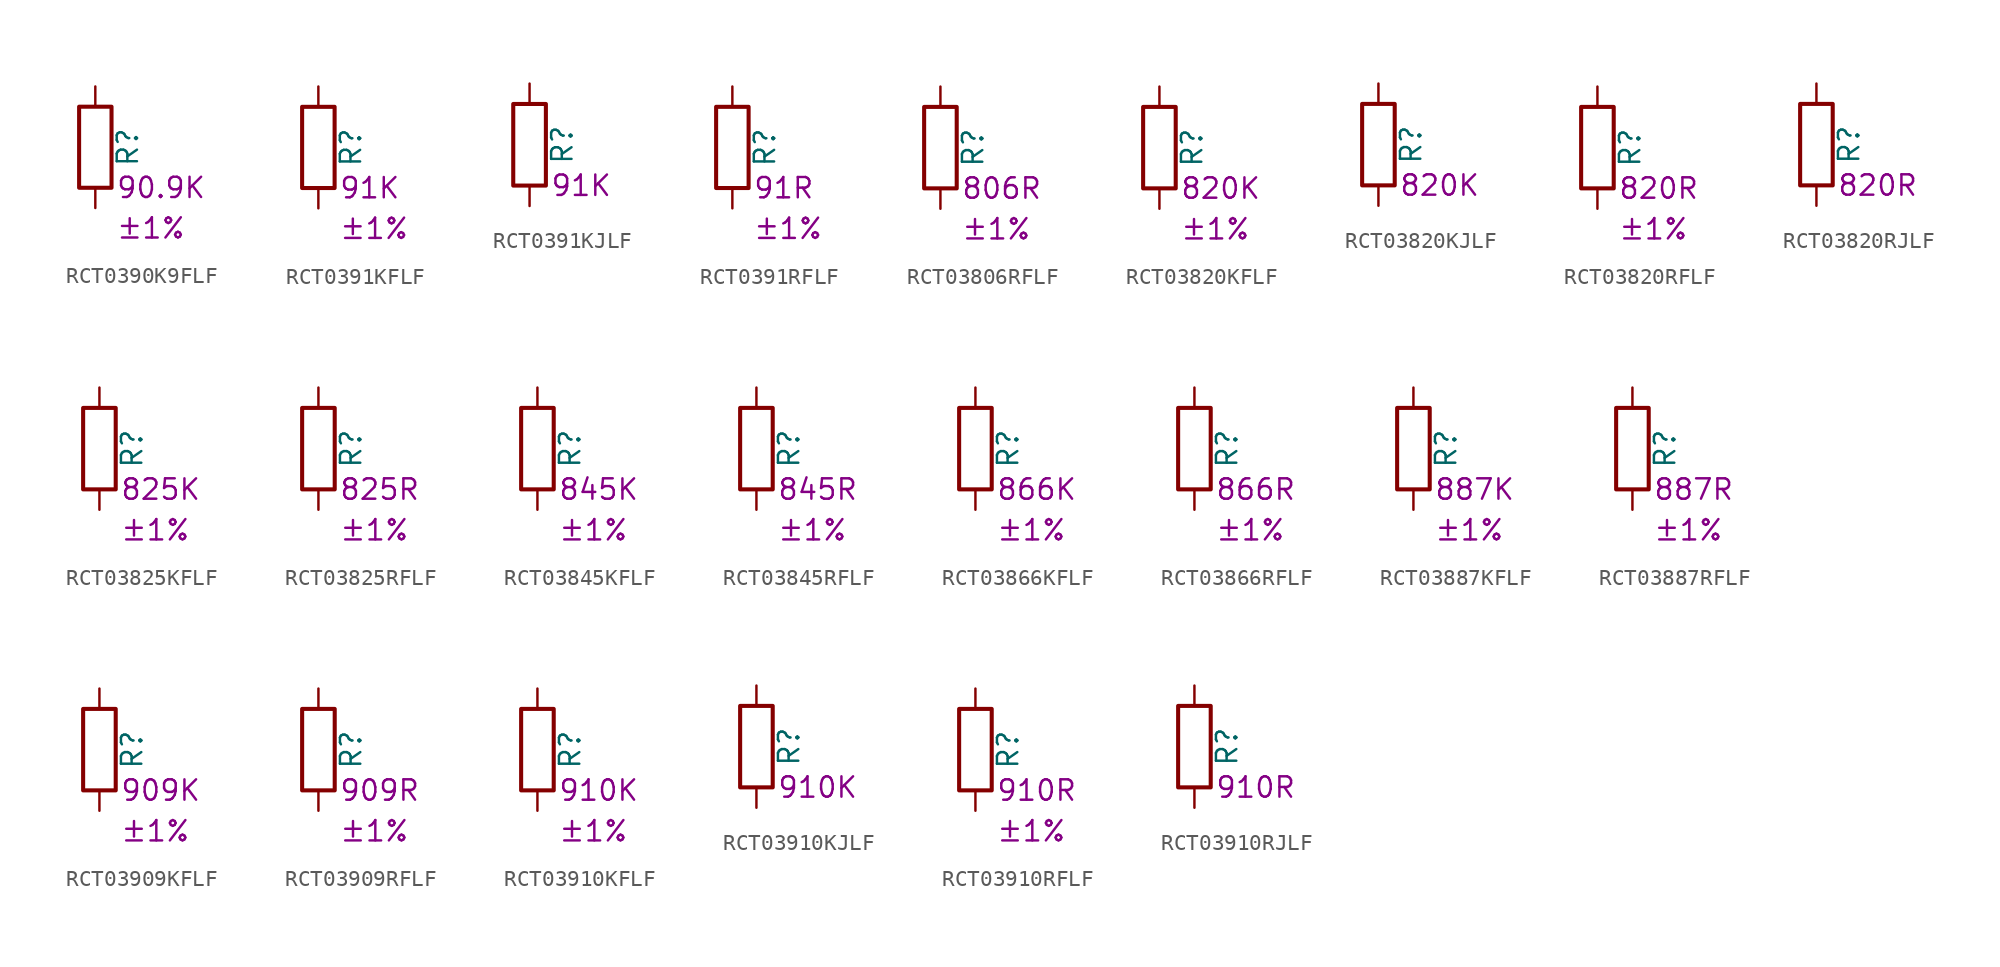
<source format=kicad_sym>
(kicad_symbol_lib
  (version 20220914)
  (generator kicad_symbol_editor)
  (symbol "RCT0390K9FLF"
    (pin_numbers hide)
    (pin_names
      (offset 0))
    (property "Reference" "R"
      (at 2.032 0 90)
      (effects (font (size 1.27 1.27))))
    (property "Resistance" "90.9K"
      (at 1.27 -2.54 0)
      (effects (font (size 1.27 1.27)) (justify left)))
    (property "Tolerance" "±1%"
      (at 1.27 -5.08 0)
      (effects (font (size 1.27 1.27)) (justify left)))
    (symbol "RCT0390K9FLF_0_1"
      (rectangle (start -1.016 -2.54) (end 1.016 2.54) (stroke (width 0.254) (type default)) (fill (type none))))
    (symbol "RCT0390K9FLF_1_1"
      (pin passive line (at 0 3.81 270) (length 1.27) (name "~" (effects (font (size 1.27 1.27)))) (number "1" (effects (font (size 1.27 1.27)))))
      (pin passive line (at 0 -3.81 90) (length 1.27) (name "~" (effects (font (size 1.27 1.27)))) (number "2" (effects (font (size 1.27 1.27)))))))
  (symbol "RCT0391KFLF"
    (pin_numbers hide)
    (pin_names
      (offset 0))
    (property "Reference" "R"
      (at 2.032 0 90)
      (effects (font (size 1.27 1.27))))
    (property "Resistance" "91K"
      (at 1.27 -2.54 0)
      (effects (font (size 1.27 1.27)) (justify left)))
    (property "Tolerance" "±1%"
      (at 1.27 -5.08 0)
      (effects (font (size 1.27 1.27)) (justify left)))
    (symbol "RCT0391KFLF_0_1"
      (rectangle (start -1.016 -2.54) (end 1.016 2.54) (stroke (width 0.254) (type default)) (fill (type none))))
    (symbol "RCT0391KFLF_1_1"
      (pin passive line (at 0 3.81 270) (length 1.27) (name "~" (effects (font (size 1.27 1.27)))) (number "1" (effects (font (size 1.27 1.27)))))
      (pin passive line (at 0 -3.81 90) (length 1.27) (name "~" (effects (font (size 1.27 1.27)))) (number "2" (effects (font (size 1.27 1.27)))))))
  (symbol "RCT0391KJLF"
    (pin_numbers hide)
    (pin_names
      (offset 0))
    (property "Reference" "R"
      (at 2.032 0 90)
      (effects (font (size 1.27 1.27))))
    (property "Resistance" "91K"
      (at 1.27 -2.54 0)
      (effects (font (size 1.27 1.27)) (justify left)))
    (symbol "RCT0391KJLF_0_1"
      (rectangle (start -1.016 -2.54) (end 1.016 2.54) (stroke (width 0.254) (type default)) (fill (type none))))
    (symbol "RCT0391KJLF_1_1"
      (pin passive line (at 0 3.81 270) (length 1.27) (name "~" (effects (font (size 1.27 1.27)))) (number "1" (effects (font (size 1.27 1.27)))))
      (pin passive line (at 0 -3.81 90) (length 1.27) (name "~" (effects (font (size 1.27 1.27)))) (number "2" (effects (font (size 1.27 1.27)))))))
  (symbol "RCT0391RFLF"
    (pin_numbers hide)
    (pin_names
      (offset 0))
    (property "Reference" "R"
      (at 2.032 0 90)
      (effects (font (size 1.27 1.27))))
    (property "Resistance" "91R"
      (at 1.27 -2.54 0)
      (effects (font (size 1.27 1.27)) (justify left)))
    (property "Tolerance" "±1%"
      (at 1.27 -5.08 0)
      (effects (font (size 1.27 1.27)) (justify left)))
    (symbol "RCT0391RFLF_0_1"
      (rectangle (start -1.016 -2.54) (end 1.016 2.54) (stroke (width 0.254) (type default)) (fill (type none))))
    (symbol "RCT0391RFLF_1_1"
      (pin passive line (at 0 3.81 270) (length 1.27) (name "~" (effects (font (size 1.27 1.27)))) (number "1" (effects (font (size 1.27 1.27)))))
      (pin passive line (at 0 -3.81 90) (length 1.27) (name "~" (effects (font (size 1.27 1.27)))) (number "2" (effects (font (size 1.27 1.27)))))))
  (symbol "RCT03806RFLF"
    (pin_numbers hide)
    (pin_names
      (offset 0))
    (property "Reference" "R"
      (at 2.032 0 90)
      (effects (font (size 1.27 1.27))))
    (property "Resistance" "806R"
      (at 1.27 -2.54 0)
      (effects (font (size 1.27 1.27)) (justify left)))
    (property "Tolerance" "±1%"
      (at 1.27 -5.08 0)
      (effects (font (size 1.27 1.27)) (justify left)))
    (symbol "RCT03806RFLF_0_1"
      (rectangle (start -1.016 -2.54) (end 1.016 2.54) (stroke (width 0.254) (type default)) (fill (type none))))
    (symbol "RCT03806RFLF_1_1"
      (pin passive line (at 0 3.81 270) (length 1.27) (name "~" (effects (font (size 1.27 1.27)))) (number "1" (effects (font (size 1.27 1.27)))))
      (pin passive line (at 0 -3.81 90) (length 1.27) (name "~" (effects (font (size 1.27 1.27)))) (number "2" (effects (font (size 1.27 1.27)))))))
  (symbol "RCT03820KFLF"
    (pin_numbers hide)
    (pin_names
      (offset 0))
    (property "Reference" "R"
      (at 2.032 0 90)
      (effects (font (size 1.27 1.27))))
    (property "Resistance" "820K"
      (at 1.27 -2.54 0)
      (effects (font (size 1.27 1.27)) (justify left)))
    (property "Tolerance" "±1%"
      (at 1.27 -5.08 0)
      (effects (font (size 1.27 1.27)) (justify left)))
    (symbol "RCT03820KFLF_0_1"
      (rectangle (start -1.016 -2.54) (end 1.016 2.54) (stroke (width 0.254) (type default)) (fill (type none))))
    (symbol "RCT03820KFLF_1_1"
      (pin passive line (at 0 3.81 270) (length 1.27) (name "~" (effects (font (size 1.27 1.27)))) (number "1" (effects (font (size 1.27 1.27)))))
      (pin passive line (at 0 -3.81 90) (length 1.27) (name "~" (effects (font (size 1.27 1.27)))) (number "2" (effects (font (size 1.27 1.27)))))))
  (symbol "RCT03820KJLF"
    (pin_numbers hide)
    (pin_names
      (offset 0))
    (property "Reference" "R"
      (at 2.032 0 90)
      (effects (font (size 1.27 1.27))))
    (property "Resistance" "820K"
      (at 1.27 -2.54 0)
      (effects (font (size 1.27 1.27)) (justify left)))
    (symbol "RCT03820KJLF_0_1"
      (rectangle (start -1.016 -2.54) (end 1.016 2.54) (stroke (width 0.254) (type default)) (fill (type none))))
    (symbol "RCT03820KJLF_1_1"
      (pin passive line (at 0 3.81 270) (length 1.27) (name "~" (effects (font (size 1.27 1.27)))) (number "1" (effects (font (size 1.27 1.27)))))
      (pin passive line (at 0 -3.81 90) (length 1.27) (name "~" (effects (font (size 1.27 1.27)))) (number "2" (effects (font (size 1.27 1.27)))))))
  (symbol "RCT03820RFLF"
    (pin_numbers hide)
    (pin_names
      (offset 0))
    (property "Reference" "R"
      (at 2.032 0 90)
      (effects (font (size 1.27 1.27))))
    (property "Resistance" "820R"
      (at 1.27 -2.54 0)
      (effects (font (size 1.27 1.27)) (justify left)))
    (property "Tolerance" "±1%"
      (at 1.27 -5.08 0)
      (effects (font (size 1.27 1.27)) (justify left)))
    (symbol "RCT03820RFLF_0_1"
      (rectangle (start -1.016 -2.54) (end 1.016 2.54) (stroke (width 0.254) (type default)) (fill (type none))))
    (symbol "RCT03820RFLF_1_1"
      (pin passive line (at 0 3.81 270) (length 1.27) (name "~" (effects (font (size 1.27 1.27)))) (number "1" (effects (font (size 1.27 1.27)))))
      (pin passive line (at 0 -3.81 90) (length 1.27) (name "~" (effects (font (size 1.27 1.27)))) (number "2" (effects (font (size 1.27 1.27)))))))
  (symbol "RCT03820RJLF"
    (pin_numbers hide)
    (pin_names
      (offset 0))
    (property "Reference" "R"
      (at 2.032 0 90)
      (effects (font (size 1.27 1.27))))
    (property "Resistance" "820R"
      (at 1.27 -2.54 0)
      (effects (font (size 1.27 1.27)) (justify left)))
    (symbol "RCT03820RJLF_0_1"
      (rectangle (start -1.016 -2.54) (end 1.016 2.54) (stroke (width 0.254) (type default)) (fill (type none))))
    (symbol "RCT03820RJLF_1_1"
      (pin passive line (at 0 3.81 270) (length 1.27) (name "~" (effects (font (size 1.27 1.27)))) (number "1" (effects (font (size 1.27 1.27)))))
      (pin passive line (at 0 -3.81 90) (length 1.27) (name "~" (effects (font (size 1.27 1.27)))) (number "2" (effects (font (size 1.27 1.27)))))))
  (symbol "RCT03825KFLF"
    (pin_numbers hide)
    (pin_names
      (offset 0))
    (property "Reference" "R"
      (at 2.032 0 90)
      (effects (font (size 1.27 1.27))))
    (property "Resistance" "825K"
      (at 1.27 -2.54 0)
      (effects (font (size 1.27 1.27)) (justify left)))
    (property "Tolerance" "±1%"
      (at 1.27 -5.08 0)
      (effects (font (size 1.27 1.27)) (justify left)))
    (symbol "RCT03825KFLF_0_1"
      (rectangle (start -1.016 -2.54) (end 1.016 2.54) (stroke (width 0.254) (type default)) (fill (type none))))
    (symbol "RCT03825KFLF_1_1"
      (pin passive line (at 0 3.81 270) (length 1.27) (name "~" (effects (font (size 1.27 1.27)))) (number "1" (effects (font (size 1.27 1.27)))))
      (pin passive line (at 0 -3.81 90) (length 1.27) (name "~" (effects (font (size 1.27 1.27)))) (number "2" (effects (font (size 1.27 1.27)))))))
  (symbol "RCT03825RFLF"
    (pin_numbers hide)
    (pin_names
      (offset 0))
    (property "Reference" "R"
      (at 2.032 0 90)
      (effects (font (size 1.27 1.27))))
    (property "Resistance" "825R"
      (at 1.27 -2.54 0)
      (effects (font (size 1.27 1.27)) (justify left)))
    (property "Tolerance" "±1%"
      (at 1.27 -5.08 0)
      (effects (font (size 1.27 1.27)) (justify left)))
    (symbol "RCT03825RFLF_0_1"
      (rectangle (start -1.016 -2.54) (end 1.016 2.54) (stroke (width 0.254) (type default)) (fill (type none))))
    (symbol "RCT03825RFLF_1_1"
      (pin passive line (at 0 3.81 270) (length 1.27) (name "~" (effects (font (size 1.27 1.27)))) (number "1" (effects (font (size 1.27 1.27)))))
      (pin passive line (at 0 -3.81 90) (length 1.27) (name "~" (effects (font (size 1.27 1.27)))) (number "2" (effects (font (size 1.27 1.27)))))))
  (symbol "RCT03845KFLF"
    (pin_numbers hide)
    (pin_names
      (offset 0))
    (property "Reference" "R"
      (at 2.032 0 90)
      (effects (font (size 1.27 1.27))))
    (property "Resistance" "845K"
      (at 1.27 -2.54 0)
      (effects (font (size 1.27 1.27)) (justify left)))
    (property "Tolerance" "±1%"
      (at 1.27 -5.08 0)
      (effects (font (size 1.27 1.27)) (justify left)))
    (symbol "RCT03845KFLF_0_1"
      (rectangle (start -1.016 -2.54) (end 1.016 2.54) (stroke (width 0.254) (type default)) (fill (type none))))
    (symbol "RCT03845KFLF_1_1"
      (pin passive line (at 0 3.81 270) (length 1.27) (name "~" (effects (font (size 1.27 1.27)))) (number "1" (effects (font (size 1.27 1.27)))))
      (pin passive line (at 0 -3.81 90) (length 1.27) (name "~" (effects (font (size 1.27 1.27)))) (number "2" (effects (font (size 1.27 1.27)))))))
  (symbol "RCT03845RFLF"
    (pin_numbers hide)
    (pin_names
      (offset 0))
    (property "Reference" "R"
      (at 2.032 0 90)
      (effects (font (size 1.27 1.27))))
    (property "Resistance" "845R"
      (at 1.27 -2.54 0)
      (effects (font (size 1.27 1.27)) (justify left)))
    (property "Tolerance" "±1%"
      (at 1.27 -5.08 0)
      (effects (font (size 1.27 1.27)) (justify left)))
    (symbol "RCT03845RFLF_0_1"
      (rectangle (start -1.016 -2.54) (end 1.016 2.54) (stroke (width 0.254) (type default)) (fill (type none))))
    (symbol "RCT03845RFLF_1_1"
      (pin passive line (at 0 3.81 270) (length 1.27) (name "~" (effects (font (size 1.27 1.27)))) (number "1" (effects (font (size 1.27 1.27)))))
      (pin passive line (at 0 -3.81 90) (length 1.27) (name "~" (effects (font (size 1.27 1.27)))) (number "2" (effects (font (size 1.27 1.27)))))))
  (symbol "RCT03866KFLF"
    (pin_numbers hide)
    (pin_names
      (offset 0))
    (property "Reference" "R"
      (at 2.032 0 90)
      (effects (font (size 1.27 1.27))))
    (property "Resistance" "866K"
      (at 1.27 -2.54 0)
      (effects (font (size 1.27 1.27)) (justify left)))
    (property "Tolerance" "±1%"
      (at 1.27 -5.08 0)
      (effects (font (size 1.27 1.27)) (justify left)))
    (symbol "RCT03866KFLF_0_1"
      (rectangle (start -1.016 -2.54) (end 1.016 2.54) (stroke (width 0.254) (type default)) (fill (type none))))
    (symbol "RCT03866KFLF_1_1"
      (pin passive line (at 0 3.81 270) (length 1.27) (name "~" (effects (font (size 1.27 1.27)))) (number "1" (effects (font (size 1.27 1.27)))))
      (pin passive line (at 0 -3.81 90) (length 1.27) (name "~" (effects (font (size 1.27 1.27)))) (number "2" (effects (font (size 1.27 1.27)))))))
  (symbol "RCT03866RFLF"
    (pin_numbers hide)
    (pin_names
      (offset 0))
    (property "Reference" "R"
      (at 2.032 0 90)
      (effects (font (size 1.27 1.27))))
    (property "Resistance" "866R"
      (at 1.27 -2.54 0)
      (effects (font (size 1.27 1.27)) (justify left)))
    (property "Tolerance" "±1%"
      (at 1.27 -5.08 0)
      (effects (font (size 1.27 1.27)) (justify left)))
    (symbol "RCT03866RFLF_0_1"
      (rectangle (start -1.016 -2.54) (end 1.016 2.54) (stroke (width 0.254) (type default)) (fill (type none))))
    (symbol "RCT03866RFLF_1_1"
      (pin passive line (at 0 3.81 270) (length 1.27) (name "~" (effects (font (size 1.27 1.27)))) (number "1" (effects (font (size 1.27 1.27)))))
      (pin passive line (at 0 -3.81 90) (length 1.27) (name "~" (effects (font (size 1.27 1.27)))) (number "2" (effects (font (size 1.27 1.27)))))))
  (symbol "RCT03887KFLF"
    (pin_numbers hide)
    (pin_names
      (offset 0))
    (property "Reference" "R"
      (at 2.032 0 90)
      (effects (font (size 1.27 1.27))))
    (property "Resistance" "887K"
      (at 1.27 -2.54 0)
      (effects (font (size 1.27 1.27)) (justify left)))
    (property "Tolerance" "±1%"
      (at 1.27 -5.08 0)
      (effects (font (size 1.27 1.27)) (justify left)))
    (symbol "RCT03887KFLF_0_1"
      (rectangle (start -1.016 -2.54) (end 1.016 2.54) (stroke (width 0.254) (type default)) (fill (type none))))
    (symbol "RCT03887KFLF_1_1"
      (pin passive line (at 0 3.81 270) (length 1.27) (name "~" (effects (font (size 1.27 1.27)))) (number "1" (effects (font (size 1.27 1.27)))))
      (pin passive line (at 0 -3.81 90) (length 1.27) (name "~" (effects (font (size 1.27 1.27)))) (number "2" (effects (font (size 1.27 1.27)))))))
  (symbol "RCT03887RFLF"
    (pin_numbers hide)
    (pin_names
      (offset 0))
    (property "Reference" "R"
      (at 2.032 0 90)
      (effects (font (size 1.27 1.27))))
    (property "Resistance" "887R"
      (at 1.27 -2.54 0)
      (effects (font (size 1.27 1.27)) (justify left)))
    (property "Tolerance" "±1%"
      (at 1.27 -5.08 0)
      (effects (font (size 1.27 1.27)) (justify left)))
    (symbol "RCT03887RFLF_0_1"
      (rectangle (start -1.016 -2.54) (end 1.016 2.54) (stroke (width 0.254) (type default)) (fill (type none))))
    (symbol "RCT03887RFLF_1_1"
      (pin passive line (at 0 3.81 270) (length 1.27) (name "~" (effects (font (size 1.27 1.27)))) (number "1" (effects (font (size 1.27 1.27)))))
      (pin passive line (at 0 -3.81 90) (length 1.27) (name "~" (effects (font (size 1.27 1.27)))) (number "2" (effects (font (size 1.27 1.27)))))))
  (symbol "RCT03909KFLF"
    (pin_numbers hide)
    (pin_names
      (offset 0))
    (property "Reference" "R"
      (at 2.032 0 90)
      (effects (font (size 1.27 1.27))))
    (property "Resistance" "909K"
      (at 1.27 -2.54 0)
      (effects (font (size 1.27 1.27)) (justify left)))
    (property "Tolerance" "±1%"
      (at 1.27 -5.08 0)
      (effects (font (size 1.27 1.27)) (justify left)))
    (symbol "RCT03909KFLF_0_1"
      (rectangle (start -1.016 -2.54) (end 1.016 2.54) (stroke (width 0.254) (type default)) (fill (type none))))
    (symbol "RCT03909KFLF_1_1"
      (pin passive line (at 0 3.81 270) (length 1.27) (name "~" (effects (font (size 1.27 1.27)))) (number "1" (effects (font (size 1.27 1.27)))))
      (pin passive line (at 0 -3.81 90) (length 1.27) (name "~" (effects (font (size 1.27 1.27)))) (number "2" (effects (font (size 1.27 1.27)))))))
  (symbol "RCT03909RFLF"
    (pin_numbers hide)
    (pin_names
      (offset 0))
    (property "Reference" "R"
      (at 2.032 0 90)
      (effects (font (size 1.27 1.27))))
    (property "Resistance" "909R"
      (at 1.27 -2.54 0)
      (effects (font (size 1.27 1.27)) (justify left)))
    (property "Tolerance" "±1%"
      (at 1.27 -5.08 0)
      (effects (font (size 1.27 1.27)) (justify left)))
    (symbol "RCT03909RFLF_0_1"
      (rectangle (start -1.016 -2.54) (end 1.016 2.54) (stroke (width 0.254) (type default)) (fill (type none))))
    (symbol "RCT03909RFLF_1_1"
      (pin passive line (at 0 3.81 270) (length 1.27) (name "~" (effects (font (size 1.27 1.27)))) (number "1" (effects (font (size 1.27 1.27)))))
      (pin passive line (at 0 -3.81 90) (length 1.27) (name "~" (effects (font (size 1.27 1.27)))) (number "2" (effects (font (size 1.27 1.27)))))))
  (symbol "RCT03910KFLF"
    (pin_numbers hide)
    (pin_names
      (offset 0))
    (property "Reference" "R"
      (at 2.032 0 90)
      (effects (font (size 1.27 1.27))))
    (property "Resistance" "910K"
      (at 1.27 -2.54 0)
      (effects (font (size 1.27 1.27)) (justify left)))
    (property "Tolerance" "±1%"
      (at 1.27 -5.08 0)
      (effects (font (size 1.27 1.27)) (justify left)))
    (symbol "RCT03910KFLF_0_1"
      (rectangle (start -1.016 -2.54) (end 1.016 2.54) (stroke (width 0.254) (type default)) (fill (type none))))
    (symbol "RCT03910KFLF_1_1"
      (pin passive line (at 0 3.81 270) (length 1.27) (name "~" (effects (font (size 1.27 1.27)))) (number "1" (effects (font (size 1.27 1.27)))))
      (pin passive line (at 0 -3.81 90) (length 1.27) (name "~" (effects (font (size 1.27 1.27)))) (number "2" (effects (font (size 1.27 1.27)))))))
  (symbol "RCT03910KJLF"
    (pin_numbers hide)
    (pin_names
      (offset 0))
    (property "Reference" "R"
      (at 2.032 0 90)
      (effects (font (size 1.27 1.27))))
    (property "Resistance" "910K"
      (at 1.27 -2.54 0)
      (effects (font (size 1.27 1.27)) (justify left)))
    (symbol "RCT03910KJLF_0_1"
      (rectangle (start -1.016 -2.54) (end 1.016 2.54) (stroke (width 0.254) (type default)) (fill (type none))))
    (symbol "RCT03910KJLF_1_1"
      (pin passive line (at 0 3.81 270) (length 1.27) (name "~" (effects (font (size 1.27 1.27)))) (number "1" (effects (font (size 1.27 1.27)))))
      (pin passive line (at 0 -3.81 90) (length 1.27) (name "~" (effects (font (size 1.27 1.27)))) (number "2" (effects (font (size 1.27 1.27)))))))
  (symbol "RCT03910RFLF"
    (pin_numbers hide)
    (pin_names
      (offset 0))
    (property "Reference" "R"
      (at 2.032 0 90)
      (effects (font (size 1.27 1.27))))
    (property "Resistance" "910R"
      (at 1.27 -2.54 0)
      (effects (font (size 1.27 1.27)) (justify left)))
    (property "Tolerance" "±1%"
      (at 1.27 -5.08 0)
      (effects (font (size 1.27 1.27)) (justify left)))
    (symbol "RCT03910RFLF_0_1"
      (rectangle (start -1.016 -2.54) (end 1.016 2.54) (stroke (width 0.254) (type default)) (fill (type none))))
    (symbol "RCT03910RFLF_1_1"
      (pin passive line (at 0 3.81 270) (length 1.27) (name "~" (effects (font (size 1.27 1.27)))) (number "1" (effects (font (size 1.27 1.27)))))
      (pin passive line (at 0 -3.81 90) (length 1.27) (name "~" (effects (font (size 1.27 1.27)))) (number "2" (effects (font (size 1.27 1.27)))))))
  (symbol "RCT03910RJLF"
    (pin_numbers hide)
    (pin_names
      (offset 0))
    (property "Reference" "R"
      (at 2.032 0 90)
      (effects (font (size 1.27 1.27))))
    (property "Resistance" "910R"
      (at 1.27 -2.54 0)
      (effects (font (size 1.27 1.27)) (justify left)))
    (symbol "RCT03910RJLF_0_1"
      (rectangle (start -1.016 -2.54) (end 1.016 2.54) (stroke (width 0.254) (type default)) (fill (type none))))
    (symbol "RCT03910RJLF_1_1"
      (pin passive line (at 0 3.81 270) (length 1.27) (name "~" (effects (font (size 1.27 1.27)))) (number "1" (effects (font (size 1.27 1.27)))))
      (pin passive line (at 0 -3.81 90) (length 1.27) (name "~" (effects (font (size 1.27 1.27)))) (number "2" (effects (font (size 1.27 1.27))))))))
</source>
